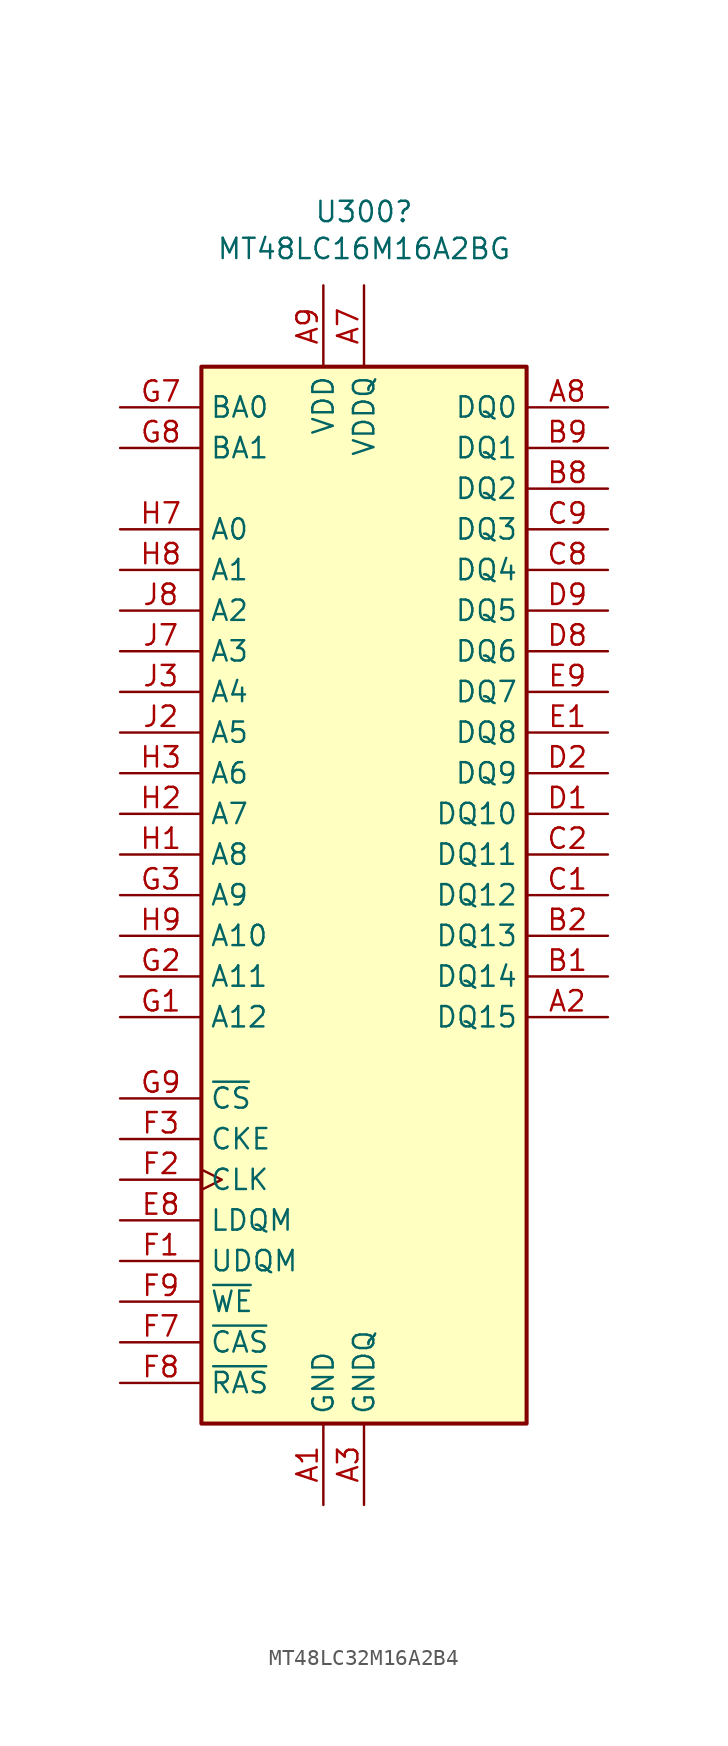
<source format=kicad_sym>
(kicad_symbol_lib
  (version 20231120)
  (generator "kicad_symbol_editor")
  (generator_version "8.0")
  (symbol "MT48LC32M16A2B4"
    (property "Reference" "U300"
      (at 0 40.157 0)
      (effects (font (size 1.27 1.27))))
    (property "Value" "MT48LC16M16A2BG"
      (at 0 37.846 0)
      (effects (font (size 1.27 1.27))))
    (symbol "MT48LC32M16A2B4_1_1"
      (rectangle (start -10.16 30.48) (end 10.16 -35.56) (stroke (width 0.254) (type default)) (fill (type background)))
      (pin power_in line (at -2.54 -40.64 90) (length 5.08) (name "GND" (effects (font (size 1.27 1.27)))) (number "A1" (effects (font (size 1.27 1.27)))))
      (pin bidirectional line (at 15.24 -10.16 180) (length 5.08) (name "DQ15" (effects (font (size 1.27 1.27)))) (number "A2" (effects (font (size 1.27 1.27)))))
      (pin power_in line (at 0 -40.64 90) (length 5.08) (name "GNDQ" (effects (font (size 1.27 1.27)))) (number "A3" (effects (font (size 1.27 1.27)))))
      (pin power_in line (at 0 35.56 270) (length 5.08) (name "VDDQ" (effects (font (size 1.27 1.27)))) (number "A7" (effects (font (size 1.27 1.27)))))
      (pin bidirectional line (at 15.24 27.94 180) (length 5.08) (name "DQ0" (effects (font (size 1.27 1.27)))) (number "A8" (effects (font (size 1.27 1.27)))))
      (pin power_in line (at -2.54 -40.64 90) (length 5.08) hide (name "GND" (effects (font (size 1.27 1.27)))) (number "A8" (effects (font (size 1.27 1.27)))))
      (pin power_in line (at -2.54 35.56 270) (length 5.08) (name "VDD" (effects (font (size 1.27 1.27)))) (number "A9" (effects (font (size 1.27 1.27)))))
      (pin bidirectional line (at 15.24 -7.62 180) (length 5.08) (name "DQ14" (effects (font (size 1.27 1.27)))) (number "B1" (effects (font (size 1.27 1.27)))))
      (pin bidirectional line (at 15.24 -5.08 180) (length 5.08) (name "DQ13" (effects (font (size 1.27 1.27)))) (number "B2" (effects (font (size 1.27 1.27)))))
      (pin power_in line (at 0 35.56 270) (length 5.08) hide (name "VDDQ" (effects (font (size 1.27 1.27)))) (number "B3" (effects (font (size 1.27 1.27)))))
      (pin power_in line (at 0 -40.64 90) (length 5.08) hide (name "GNDQ" (effects (font (size 1.27 1.27)))) (number "B7" (effects (font (size 1.27 1.27)))))
      (pin bidirectional line (at 15.24 22.86 180) (length 5.08) (name "DQ2" (effects (font (size 1.27 1.27)))) (number "B8" (effects (font (size 1.27 1.27)))))
      (pin bidirectional line (at 15.24 25.4 180) (length 5.08) (name "DQ1" (effects (font (size 1.27 1.27)))) (number "B9" (effects (font (size 1.27 1.27)))))
      (pin bidirectional line (at 15.24 -2.54 180) (length 5.08) (name "DQ12" (effects (font (size 1.27 1.27)))) (number "C1" (effects (font (size 1.27 1.27)))))
      (pin bidirectional line (at 15.24 0 180) (length 5.08) (name "DQ11" (effects (font (size 1.27 1.27)))) (number "C2" (effects (font (size 1.27 1.27)))))
      (pin power_in line (at 0 -40.64 90) (length 5.08) hide (name "GNDQ" (effects (font (size 1.27 1.27)))) (number "C3" (effects (font (size 1.27 1.27)))))
      (pin power_in line (at 0 35.56 270) (length 5.08) hide (name "VDDQ" (effects (font (size 1.27 1.27)))) (number "C7" (effects (font (size 1.27 1.27)))))
      (pin bidirectional line (at 15.24 17.78 180) (length 5.08) (name "DQ4" (effects (font (size 1.27 1.27)))) (number "C8" (effects (font (size 1.27 1.27)))))
      (pin bidirectional line (at 15.24 20.32 180) (length 5.08) (name "DQ3" (effects (font (size 1.27 1.27)))) (number "C9" (effects (font (size 1.27 1.27)))))
      (pin bidirectional line (at 15.24 2.54 180) (length 5.08) (name "DQ10" (effects (font (size 1.27 1.27)))) (number "D1" (effects (font (size 1.27 1.27)))))
      (pin bidirectional line (at 15.24 5.08 180) (length 5.08) (name "DQ9" (effects (font (size 1.27 1.27)))) (number "D2" (effects (font (size 1.27 1.27)))))
      (pin power_in line (at 0 35.56 270) (length 5.08) hide (name "VDDQ" (effects (font (size 1.27 1.27)))) (number "D3" (effects (font (size 1.27 1.27)))))
      (pin power_in line (at 0 -40.64 90) (length 5.08) hide (name "GNDQ" (effects (font (size 1.27 1.27)))) (number "D7" (effects (font (size 1.27 1.27)))))
      (pin bidirectional line (at 15.24 12.7 180) (length 5.08) (name "DQ6" (effects (font (size 1.27 1.27)))) (number "D8" (effects (font (size 1.27 1.27)))))
      (pin bidirectional line (at 15.24 15.24 180) (length 5.08) (name "DQ5" (effects (font (size 1.27 1.27)))) (number "D9" (effects (font (size 1.27 1.27)))))
      (pin bidirectional line (at 15.24 7.62 180) (length 5.08) (name "DQ8" (effects (font (size 1.27 1.27)))) (number "E1" (effects (font (size 1.27 1.27)))))
      (pin no_connect line (at 5.08 -20.32 180) (length 5.08) hide (name "NC" (effects (font (size 1.27 1.27)))) (number "E2" (effects (font (size 1.27 1.27)))))
      (pin power_in line (at -2.54 -40.64 90) (length 5.08) hide (name "GND" (effects (font (size 1.27 1.27)))) (number "E3" (effects (font (size 1.27 1.27)))))
      (pin power_in line (at -2.54 35.56 270) (length 5.08) hide (name "VDD" (effects (font (size 1.27 1.27)))) (number "E7" (effects (font (size 1.27 1.27)))))
      (pin input line (at -15.24 -22.86 0) (length 5.08) (name "LDQM" (effects (font (size 1.27 1.27)))) (number "E8" (effects (font (size 1.27 1.27)))))
      (pin bidirectional line (at 15.24 10.16 180) (length 5.08) (name "DQ7" (effects (font (size 1.27 1.27)))) (number "E9" (effects (font (size 1.27 1.27)))))
      (pin input line (at -15.24 -25.4 0) (length 5.08) (name "UDQM" (effects (font (size 1.27 1.27)))) (number "F1" (effects (font (size 1.27 1.27)))))
      (pin input clock (at -15.24 -20.32 0) (length 5.08) (name "CLK" (effects (font (size 1.27 1.27)))) (number "F2" (effects (font (size 1.27 1.27)))))
      (pin input line (at -15.24 -17.78 0) (length 5.08) (name "CKE" (effects (font (size 1.27 1.27)))) (number "F3" (effects (font (size 1.27 1.27)))))
      (pin input line (at -15.24 -30.48 0) (length 5.08) (name "~{CAS}" (effects (font (size 1.27 1.27)))) (number "F7" (effects (font (size 1.27 1.27)))))
      (pin input line (at -15.24 -33.02 0) (length 5.08) (name "~{RAS}" (effects (font (size 1.27 1.27)))) (number "F8" (effects (font (size 1.27 1.27)))))
      (pin input line (at -15.24 -27.94 0) (length 5.08) (name "~{WE}" (effects (font (size 1.27 1.27)))) (number "F9" (effects (font (size 1.27 1.27)))))
      (pin input line (at -15.24 -10.16 0) (length 5.08) (name "A12" (effects (font (size 1.27 1.27)))) (number "G1" (effects (font (size 1.27 1.27)))))
      (pin input line (at -15.24 -7.62 0) (length 5.08) (name "A11" (effects (font (size 1.27 1.27)))) (number "G2" (effects (font (size 1.27 1.27)))))
      (pin input line (at -15.24 -2.54 0) (length 5.08) (name "A9" (effects (font (size 1.27 1.27)))) (number "G3" (effects (font (size 1.27 1.27)))))
      (pin input line (at -15.24 27.94 0) (length 5.08) (name "BA0" (effects (font (size 1.27 1.27)))) (number "G7" (effects (font (size 1.27 1.27)))))
      (pin input line (at -15.24 25.4 0) (length 5.08) (name "BA1" (effects (font (size 1.27 1.27)))) (number "G8" (effects (font (size 1.27 1.27)))))
      (pin input line (at -15.24 -15.24 0) (length 5.08) (name "~{CS}" (effects (font (size 1.27 1.27)))) (number "G9" (effects (font (size 1.27 1.27)))))
      (pin input line (at -15.24 0 0) (length 5.08) (name "A8" (effects (font (size 1.27 1.27)))) (number "H1" (effects (font (size 1.27 1.27)))))
      (pin input line (at -15.24 2.54 0) (length 5.08) (name "A7" (effects (font (size 1.27 1.27)))) (number "H2" (effects (font (size 1.27 1.27)))))
      (pin input line (at -15.24 5.08 0) (length 5.08) (name "A6" (effects (font (size 1.27 1.27)))) (number "H3" (effects (font (size 1.27 1.27)))))
      (pin input line (at -15.24 20.32 0) (length 5.08) (name "A0" (effects (font (size 1.27 1.27)))) (number "H7" (effects (font (size 1.27 1.27)))))
      (pin input line (at -15.24 17.78 0) (length 5.08) (name "A1" (effects (font (size 1.27 1.27)))) (number "H8" (effects (font (size 1.27 1.27)))))
      (pin input line (at -15.24 -5.08 0) (length 5.08) (name "A10" (effects (font (size 1.27 1.27)))) (number "H9" (effects (font (size 1.27 1.27)))))
      (pin input line (at -15.24 7.62 0) (length 5.08) (name "A5" (effects (font (size 1.27 1.27)))) (number "J2" (effects (font (size 1.27 1.27)))))
      (pin input line (at -15.24 10.16 0) (length 5.08) (name "A4" (effects (font (size 1.27 1.27)))) (number "J3" (effects (font (size 1.27 1.27)))))
      (pin input line (at -15.24 12.7 0) (length 5.08) (name "A3" (effects (font (size 1.27 1.27)))) (number "J7" (effects (font (size 1.27 1.27)))))
      (pin input line (at -15.24 15.24 0) (length 5.08) (name "A2" (effects (font (size 1.27 1.27)))) (number "J8" (effects (font (size 1.27 1.27)))))
      (pin power_in line (at -2.54 35.56 270) (length 5.08) hide (name "VDD" (effects (font (size 1.27 1.27)))) (number "J9" (effects (font (size 1.27 1.27))))))))
</source>
